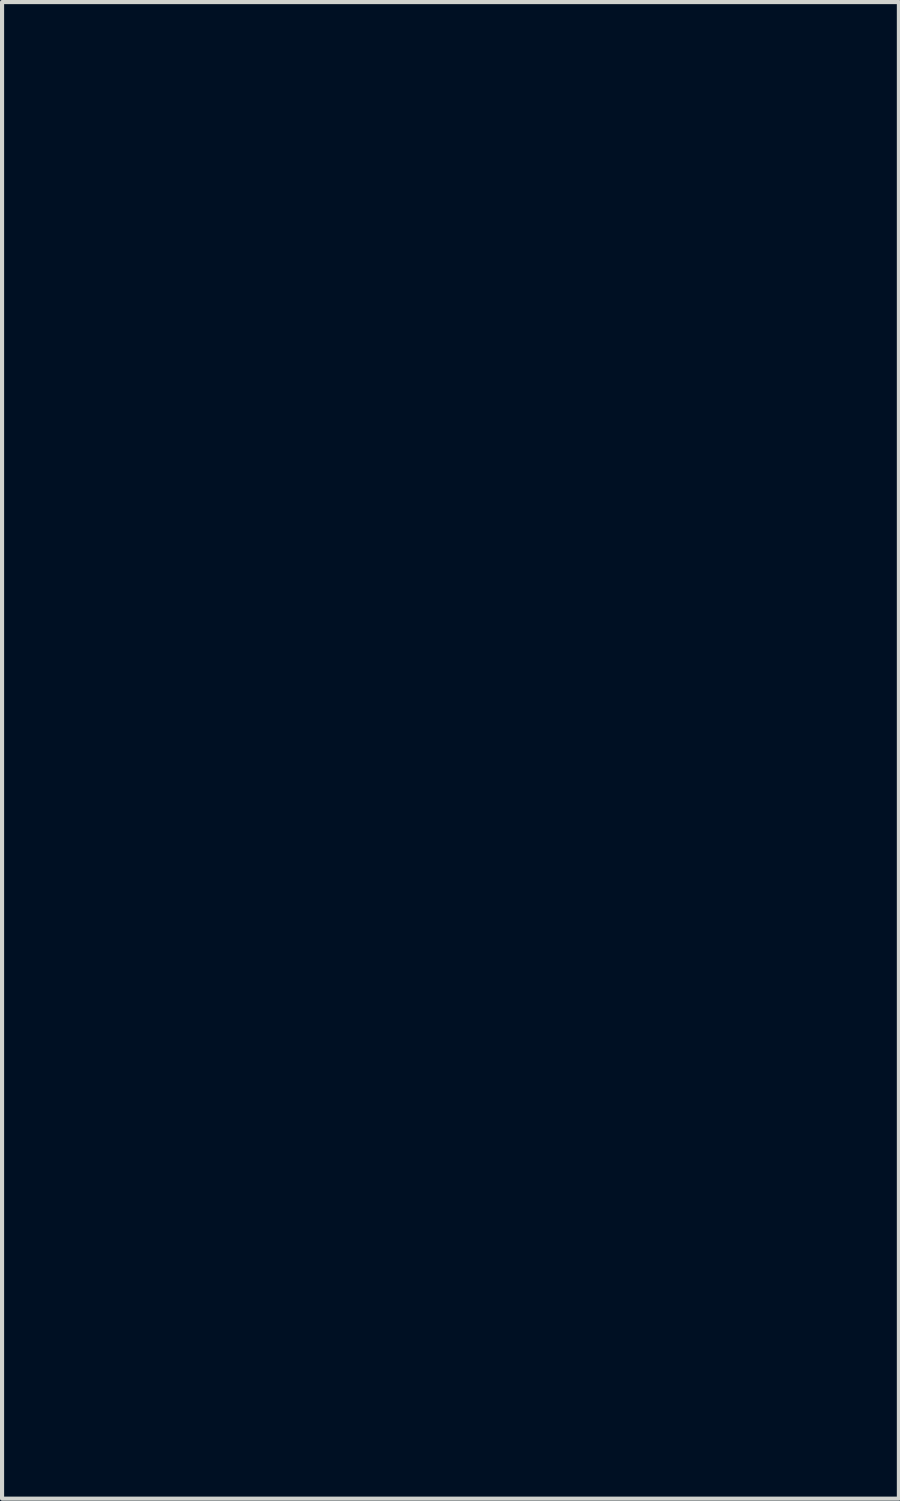
<source format=kicad_pcb>
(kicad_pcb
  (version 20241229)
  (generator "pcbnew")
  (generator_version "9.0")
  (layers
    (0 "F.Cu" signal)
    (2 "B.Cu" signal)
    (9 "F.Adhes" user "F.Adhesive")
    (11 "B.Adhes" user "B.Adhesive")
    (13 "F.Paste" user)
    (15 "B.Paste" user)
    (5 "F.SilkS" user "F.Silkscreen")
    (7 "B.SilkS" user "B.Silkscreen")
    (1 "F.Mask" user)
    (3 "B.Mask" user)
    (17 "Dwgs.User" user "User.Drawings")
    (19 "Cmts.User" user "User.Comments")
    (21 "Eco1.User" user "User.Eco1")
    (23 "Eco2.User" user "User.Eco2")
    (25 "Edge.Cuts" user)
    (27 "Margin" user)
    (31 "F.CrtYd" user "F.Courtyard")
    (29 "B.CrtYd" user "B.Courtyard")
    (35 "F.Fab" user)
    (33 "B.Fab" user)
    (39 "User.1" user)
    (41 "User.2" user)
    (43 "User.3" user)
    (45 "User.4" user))
  (footprint "hien_mask"
    (layer "F.Cu")
    (at 7.473 15.895)
    (property "Reference" "hien_mask" (at 0 0 0) (layer "F.Mask") (effects (font (size 1.524 1.524) (thickness 0.3))))
    (attr through_hole)
    (fp_poly (pts (xy 3.996 -15.883) (xy 3.989 -15.853) (xy 3.962 -15.85) (xy 3.921 -15.868) (xy 3.929 -15.883) (xy 3.989 -15.89) (xy 3.996 -15.883)) (stroke (width 0.01) (type solid)) (fill yes) (layer "F.Mask"))
    (fp_poly (pts (xy 4.149 -15.883) (xy 4.142 -15.853) (xy 4.115 -15.85) (xy 4.073 -15.868) (xy 4.081 -15.883) (xy 4.141 -15.89) (xy 4.149 -15.883)) (stroke (width 0.01) (type solid)) (fill yes) (layer "F.Mask"))
    (fp_poly (pts (xy 5.419 -15.883) (xy 5.412 -15.853) (xy 5.385 -15.85) (xy 5.343 -15.868) (xy 5.351 -15.883) (xy 5.411 -15.89) (xy 5.419 -15.883)) (stroke (width 0.01) (type solid)) (fill yes) (layer "F.Mask"))
    (fp_poly (pts (xy 7.095 -15.883) (xy 7.088 -15.853) (xy 7.061 -15.85) (xy 7.019 -15.868) (xy 7.027 -15.883) (xy 7.088 -15.89) (xy 7.095 -15.883)) (stroke (width 0.01) (type solid)) (fill yes) (layer "F.Mask"))
    (fp_poly (pts (xy 7.451 -15.883) (xy 7.444 -15.853) (xy 7.417 -15.85) (xy 7.375 -15.868) (xy 7.383 -15.883) (xy 7.443 -15.89) (xy 7.451 -15.883)) (stroke (width 0.01) (type solid)) (fill yes) (layer "F.Mask"))
    (fp_poly (pts (xy 6.172 -8.103) (xy 5.588 -8.072) (xy 5.588 -8.941) (xy 5.69 -8.941) (xy 5.69 -8.179) (xy 6.096 -8.179) (xy 6.096 -8.941) (xy 5.69 -8.941) (xy 5.588 -8.941) (xy 5.588 -9.042) (xy 6.201 -9.042) (xy 6.172 -8.103)) (stroke (width 0.01) (type solid)) (fill yes) (layer "F.Mask"))
    (fp_poly (pts (xy 8.242 -8.902) (xy 8.252 -8.799) (xy 8.255 -8.611) (xy 8.255 -8.561) (xy 8.254 -8.365) (xy 8.251 -8.216) (xy 8.246 -8.136) (xy 8.244 -8.128) (xy 8.215 -8.166) (xy 8.181 -8.226) (xy 8.144 -8.355) (xy 8.13 -8.532) (xy 8.138 -8.715) (xy 8.169 -8.861) (xy 8.191 -8.907) (xy 8.222 -8.933) (xy 8.242 -8.902)) (stroke (width 0.01) (type solid)) (fill yes) (layer "F.Mask"))
    (fp_poly (pts (xy 6.887 -15.804) (xy 6.905 -15.687) (xy 6.909 -15.596) (xy 6.909 -15.342) (xy 7.595 -15.342) (xy 7.884 -15.338) (xy 8.102 -15.328) (xy 8.237 -15.311) (xy 8.28 -15.291) (xy 8.231 -15.27) (xy 8.09 -15.254) (xy 7.865 -15.244) (xy 7.565 -15.24) (xy 7.544 -15.24) (xy 6.807 -15.24) (xy 6.807 -15.545) (xy 6.815 -15.707) (xy 6.835 -15.817) (xy 6.858 -15.85) (xy 6.887 -15.804)) (stroke (width 0.01) (type solid)) (fill yes) (layer "F.Mask"))
    (fp_poly (pts (xy -1.776 -14.068) (xy -1.625 -14.023) (xy -1.575 -13.99) (xy -1.525 -13.926) (xy -1.555 -13.881) (xy -1.575 -13.867) (xy -1.696 -13.831) (xy -1.871 -13.82) (xy -2.056 -13.834) (xy -2.209 -13.87) (xy -2.26 -13.897) (xy -2.316 -13.95) (xy -2.134 -13.95) (xy -2.121 -13.935) (xy -2.023 -13.929) (xy -1.905 -13.928) (xy -1.744 -13.929) (xy -1.674 -13.936) (xy -1.687 -13.951) (xy -1.77 -13.977) (xy -1.981 -13.998) (xy -2.075 -13.977) (xy -2.134 -13.95) (xy -2.316 -13.95) (xy -2.327 -13.96) (xy -2.312 -14.004) (xy -2.286 -14.022) (xy -2.147 -14.07) (xy -1.964 -14.084) (xy -1.776 -14.068)) (stroke (width 0.01) (type solid)) (fill yes) (layer "F.Mask"))
    (fp_poly (pts (xy 5.521 -12.313) (xy 5.584 -12.264) (xy 5.711 -12.109) (xy 5.736 -11.945) (xy 5.661 -11.778) (xy 5.606 -11.716) (xy 5.441 -11.603) (xy 5.275 -11.591) (xy 5.116 -11.679) (xy 5.059 -11.739) (xy 4.954 -11.902) (xy 4.947 -11.98) (xy 5.029 -11.98) (xy 5.073 -11.835) (xy 5.182 -11.732) (xy 5.326 -11.685) (xy 5.474 -11.707) (xy 5.559 -11.764) (xy 5.632 -11.898) (xy 5.627 -12.047) (xy 5.556 -12.181) (xy 5.434 -12.272) (xy 5.323 -12.294) (xy 5.203 -12.251) (xy 5.095 -12.146) (xy 5.033 -12.019) (xy 5.029 -11.98) (xy 4.947 -11.98) (xy 4.941 -12.045) (xy 5.023 -12.189) (xy 5.076 -12.247) (xy 5.227 -12.363) (xy 5.368 -12.384) (xy 5.521 -12.313)) (stroke (width 0.01) (type solid)) (fill yes) (layer "F.Mask"))
    (fp_poly (pts (xy 5.579 -14.653) (xy 5.637 -14.558) (xy 5.664 -14.42) (xy 5.664 -14.402) (xy 5.642 -14.26) (xy 5.586 -14.159) (xy 5.516 -14.118) (xy 5.447 -14.156) (xy 5.441 -14.166) (xy 5.391 -14.205) (xy 5.363 -14.179) (xy 5.286 -14.127) (xy 5.255 -14.122) (xy 5.21 -14.151) (xy 5.187 -14.247) (xy 5.182 -14.402) (xy 5.296 -14.402) (xy 5.3 -14.297) (xy 5.312 -14.27) (xy 5.318 -14.287) (xy 5.327 -14.402) (xy 5.55 -14.402) (xy 5.554 -14.297) (xy 5.566 -14.27) (xy 5.572 -14.287) (xy 5.582 -14.409) (xy 5.573 -14.49) (xy 5.56 -14.518) (xy 5.551 -14.457) (xy 5.55 -14.402) (xy 5.327 -14.402) (xy 5.328 -14.409) (xy 5.319 -14.49) (xy 5.306 -14.518) (xy 5.297 -14.457) (xy 5.296 -14.402) (xy 5.182 -14.402) (xy 5.189 -14.572) (xy 5.214 -14.66) (xy 5.255 -14.681) (xy 5.344 -14.647) (xy 5.363 -14.625) (xy 5.408 -14.602) (xy 5.441 -14.638) (xy 5.507 -14.685) (xy 5.579 -14.653)) (stroke (width 0.01) (type solid)) (fill yes) (layer "F.Mask"))
    (fp_poly (pts (xy 6.051 -14.642) (xy 6.092 -14.592) (xy 6.133 -14.53) (xy 6.144 -14.558) (xy 6.145 -14.592) (xy 6.18 -14.667) (xy 6.262 -14.672) (xy 6.34 -14.62) (xy 6.398 -14.507) (xy 6.401 -14.367) (xy 6.36 -14.235) (xy 6.282 -14.143) (xy 6.213 -14.122) (xy 6.156 -14.164) (xy 6.145 -14.211) (xy 6.139 -14.273) (xy 6.113 -14.246) (xy 6.092 -14.211) (xy 6.016 -14.137) (xy 5.966 -14.122) (xy 5.922 -14.15) (xy 5.899 -14.245) (xy 5.893 -14.402) (xy 6.007 -14.402) (xy 6.011 -14.297) (xy 6.023 -14.27) (xy 6.029 -14.287) (xy 6.038 -14.402) (xy 6.261 -14.402) (xy 6.265 -14.297) (xy 6.277 -14.27) (xy 6.283 -14.287) (xy 6.293 -14.409) (xy 6.284 -14.49) (xy 6.271 -14.518) (xy 6.263 -14.457) (xy 6.261 -14.402) (xy 6.038 -14.402) (xy 6.039 -14.409) (xy 6.03 -14.49) (xy 6.017 -14.518) (xy 6.009 -14.457) (xy 6.007 -14.402) (xy 5.893 -14.402) (xy 5.9 -14.572) (xy 5.925 -14.659) (xy 5.966 -14.681) (xy 6.051 -14.642)) (stroke (width 0.01) (type solid)) (fill yes) (layer "F.Mask"))
    (fp_poly (pts (xy 1.867 -15.131) (xy 2.195 -15.122) (xy 2.438 -15.112) (xy 2.611 -15.097) (xy 2.732 -15.076) (xy 2.815 -15.048) (xy 2.86 -15.023) (xy 2.976 -14.916) (xy 2.995 -14.816) (xy 2.92 -14.727) (xy 2.756 -14.652) (xy 2.506 -14.595) (xy 2.382 -14.579) (xy 2.171 -14.557) (xy 1.981 -14.543) (xy 1.787 -14.539) (xy 1.565 -14.543) (xy 1.293 -14.556) (xy 0.947 -14.578) (xy 0.889 -14.582) (xy 0.604 -14.605) (xy 0.328 -14.635) (xy 0.08 -14.669) (xy -0.12 -14.703) (xy -0.252 -14.735) (xy -0.294 -14.755) (xy -0.302 -14.823) (xy -0.29 -14.841) (xy -0.084 -14.841) (xy -0.051 -14.814) (xy 0.083 -14.781) (xy 0.3 -14.752) (xy 0.578 -14.728) (xy 0.9 -14.708) (xy 1.244 -14.695) (xy 1.592 -14.687) (xy 1.925 -14.686) (xy 2.221 -14.692) (xy 2.463 -14.706) (xy 2.63 -14.729) (xy 2.652 -14.734) (xy 2.815 -14.792) (xy 2.88 -14.848) (xy 2.85 -14.899) (xy 2.73 -14.944) (xy 2.524 -14.982) (xy 2.234 -15.01) (xy 1.981 -15.024) (xy 1.686 -15.03) (xy 1.377 -15.026) (xy 1.066 -15.014) (xy 0.768 -14.994) (xy 0.495 -14.969) (xy 0.26 -14.94) (xy 0.076 -14.908) (xy -0.043 -14.875) (xy -0.084 -14.841) (xy -0.29 -14.841) (xy -0.246 -14.908) (xy -0.149 -14.977) (xy -0.135 -14.983) (xy 0.034 -15.027) (xy 0.286 -15.065) (xy 0.603 -15.096) (xy 0.965 -15.118) (xy 1.354 -15.131) (xy 1.752 -15.133) (xy 1.867 -15.131)) (stroke (width 0.01) (type solid)) (fill yes) (layer "F.Mask"))
    (fp_poly (pts (xy -7.341 -15.809) (xy -7.334 -15.762) (xy -7.294 -15.682) (xy -7.172 -15.569) (xy -6.979 -15.431) (xy -6.728 -15.275) (xy -6.43 -15.109) (xy -6.096 -14.939) (xy -5.739 -14.772) (xy -5.595 -14.71) (xy -5.182 -14.533) (xy -5.182 -15.191) (xy -5.178 -15.473) (xy -5.167 -15.684) (xy -5.15 -15.812) (xy -5.131 -15.85) (xy -5.109 -15.801) (xy -5.093 -15.66) (xy -5.083 -15.438) (xy -5.08 -15.169) (xy -5.08 -14.488) (xy -4.623 -14.332) (xy -4.623 -15.091) (xy -4.62 -15.4) (xy -4.61 -15.636) (xy -4.595 -15.788) (xy -4.575 -15.849) (xy -4.572 -15.85) (xy -4.552 -15.8) (xy -4.536 -15.658) (xy -4.526 -15.43) (xy -4.521 -15.126) (xy -4.521 -15.062) (xy -4.518 -14.745) (xy -4.509 -14.503) (xy -4.494 -14.344) (xy -4.475 -14.277) (xy -4.47 -14.275) (xy -4.45 -14.324) (xy -4.434 -14.467) (xy -4.424 -14.694) (xy -4.42 -14.998) (xy -4.42 -15.062) (xy -4.418 -15.366) (xy -4.413 -15.582) (xy -4.404 -15.725) (xy -4.388 -15.807) (xy -4.364 -15.844) (xy -4.343 -15.85) (xy -4.314 -15.836) (xy -4.294 -15.787) (xy -4.28 -15.687) (xy -4.272 -15.525) (xy -4.268 -15.285) (xy -4.267 -15.036) (xy -4.267 -14.221) (xy -4.139 -14.173) (xy -4.026 -14.137) (xy -3.84 -14.085) (xy -3.606 -14.024) (xy -3.349 -13.96) (xy -3.095 -13.9) (xy -3.086 -13.898) (xy -2.946 -13.866) (xy -2.946 -14.333) (xy -2.84 -14.333) (xy -2.835 -14.166) (xy -2.834 -14.157) (xy -2.819 -13.844) (xy -2.543 -13.804) (xy -2.183 -13.757) (xy -1.845 -13.719) (xy -1.542 -13.693) (xy -1.287 -13.678) (xy -1.092 -13.676) (xy -0.971 -13.687) (xy -0.937 -13.711) (xy -0.938 -13.713) (xy -0.928 -13.771) (xy -0.85 -13.822) (xy -0.737 -13.851) (xy -0.626 -13.845) (xy -0.532 -13.796) (xy -0.527 -13.739) (xy -0.525 -13.714) (xy -0.487 -13.696) (xy -0.404 -13.682) (xy -0.262 -13.673) (xy -0.05 -13.668) (xy 0.243 -13.666) (xy 0.51 -13.665) (xy 0.881 -13.667) (xy 1.16 -13.671) (xy 1.358 -13.679) (xy 1.484 -13.691) (xy 1.548 -13.709) (xy 1.562 -13.729) (xy 1.599 -13.775) (xy 1.733 -13.792) (xy 1.753 -13.792) (xy 1.897 -13.778) (xy 1.944 -13.735) (xy 1.943 -13.729) (xy 1.971 -13.69) (xy 2.08 -13.67) (xy 2.235 -13.665) (xy 2.413 -13.671) (xy 2.509 -13.693) (xy 2.515 -13.702) (xy 2.712 -13.702) (xy 2.717 -13.648) (xy 2.747 -13.528) (xy 2.782 -13.414) (xy 2.869 -13.143) (xy 3.352 -13.176) (xy 3.37 -13.178) (xy 4.42 -13.178) (xy 4.466 -13.168) (xy 4.59 -13.161) (xy 4.765 -13.157) (xy 4.801 -13.157) (xy 5.182 -13.157) (xy 5.182 -13.365) (xy 5.173 -13.488) (xy 5.153 -13.551) (xy 5.144 -13.553) (xy 5.082 -13.523) (xy 4.955 -13.46) (xy 4.788 -13.379) (xy 4.763 -13.366) (xy 4.598 -13.283) (xy 4.477 -13.217) (xy 4.421 -13.18) (xy 4.42 -13.178) (xy 3.37 -13.178) (xy 3.612 -13.2) (xy 3.88 -13.235) (xy 4.107 -13.274) (xy 4.161 -13.286) (xy 4.391 -13.355) (xy 4.64 -13.453) (xy 4.794 -13.527) (xy 5.101 -13.691) (xy 3.915 -13.704) (xy 3.579 -13.707) (xy 3.278 -13.709) (xy 3.027 -13.709) (xy 2.841 -13.707) (xy 2.733 -13.704) (xy 2.712 -13.702) (xy 2.515 -13.702) (xy 2.54 -13.734) (xy 2.54 -13.74) (xy 2.559 -13.774) (xy 2.625 -13.798) (xy 2.754 -13.814) (xy 2.962 -13.825) (xy 3.097 -13.829) (xy 3.342 -13.837) (xy 3.501 -13.848) (xy 3.588 -13.865) (xy 3.617 -13.889) (xy 3.609 -13.916) (xy 3.543 -13.945) (xy 3.395 -13.97) (xy 3.182 -13.993) (xy 2.924 -14.011) (xy 2.637 -14.026) (xy 2.341 -14.036) (xy 2.054 -14.04) (xy 1.794 -14.038) (xy 1.579 -14.03) (xy 1.427 -14.014) (xy 1.358 -13.991) (xy 1.356 -13.989) (xy 1.286 -13.929) (xy 1.209 -13.929) (xy 1.169 -13.988) (xy 1.168 -13.995) (xy 1.141 -14.04) (xy 7.41 -14.04) (xy 7.477 -14.031) (xy 7.493 -14.031) (xy 7.58 -14.036) (xy 7.585 -14.046) (xy 7.722 -14.046) (xy 7.747 -14.021) (xy 7.772 -14.046) (xy 7.747 -14.072) (xy 7.722 -14.046) (xy 7.585 -14.046) (xy 7.587 -14.052) (xy 7.583 -14.054) (xy 7.482 -14.064) (xy 7.43 -14.056) (xy 7.41 -14.04) (xy 1.141 -14.04) (xy 1.127 -14.062) (xy 1.089 -14.072) (xy 1.012 -14.075) (xy 0.854 -14.085) (xy 0.635 -14.1) (xy 0.376 -14.119) (xy 0.27 -14.126) (xy -0.054 -14.148) (xy -0.287 -14.156) (xy -0.438 -14.151) (xy -0.515 -14.133) (xy -0.524 -14.126) (xy -0.612 -14.077) (xy -0.687 -14.087) (xy -0.711 -14.137) (xy -0.759 -14.167) (xy -0.887 -14.201) (xy -1.078 -14.236) (xy -1.31 -14.27) (xy -1.563 -14.301) (xy -1.818 -14.326) (xy -2.055 -14.344) (xy -2.253 -14.352) (xy -2.393 -14.348) (xy -2.453 -14.331) (xy -2.542 -14.28) (xy -2.617 -14.291) (xy -2.642 -14.345) (xy -2.684 -14.413) (xy -2.746 -14.443) (xy -2.802 -14.45) (xy -2.831 -14.42) (xy -2.84 -14.333) (xy -2.946 -14.333) (xy -2.946 -14.35) (xy -2.949 -14.558) (xy -2.956 -14.721) (xy -2.966 -14.817) (xy -2.972 -14.834) (xy -3.031 -14.81) (xy -3.1 -14.77) (xy -3.214 -14.734) (xy -3.286 -14.761) (xy -3.379 -14.849) (xy -3.375 -14.884) (xy -3.302 -14.884) (xy -3.259 -14.843) (xy -3.2 -14.834) (xy -3.118 -14.855) (xy -3.099 -14.884) (xy -3.141 -14.926) (xy -3.2 -14.935) (xy -3.283 -14.914) (xy -3.302 -14.884) (xy -3.375 -14.884) (xy -3.371 -14.93) (xy -3.281 -14.993) (xy -3.169 -15.026) (xy -3.08 -14.988) (xy -3.048 -14.961) (xy -3.001 -14.922) (xy -2.972 -14.918) (xy -2.955 -14.964) (xy -2.948 -15.076) (xy -2.946 -15.269) (xy -2.946 -15.359) (xy -2.941 -15.589) (xy -2.927 -15.755) (xy -2.906 -15.841) (xy -2.896 -15.85) (xy -2.874 -15.801) (xy -2.858 -15.661) (xy -2.848 -15.44) (xy -2.845 -15.189) (xy -2.844 -14.92) (xy -2.84 -14.735) (xy -2.83 -14.62) (xy -2.811 -14.558) (xy -2.782 -14.533) (xy -2.743 -14.529) (xy -2.66 -14.561) (xy -2.642 -14.605) (xy -2.609 -14.67) (xy -2.538 -14.675) (xy -2.472 -14.625) (xy -2.455 -14.586) (xy -2.433 -14.547) (xy -2.379 -14.515) (xy -2.278 -14.487) (xy -2.115 -14.459) (xy -1.875 -14.427) (xy -1.71 -14.408) (xy -1.367 -14.369) (xy -1.112 -14.343) (xy -0.932 -14.33) (xy -0.815 -14.331) (xy -0.747 -14.344) (xy -0.717 -14.37) (xy -0.711 -14.402) (xy -0.679 -14.466) (xy -0.608 -14.472) (xy -0.542 -14.422) (xy -0.524 -14.382) (xy -0.511 -14.348) (xy -0.485 -14.321) (xy -0.432 -14.299) (xy -0.34 -14.28) (xy -0.197 -14.262) (xy 0.009 -14.243) (xy 0.29 -14.222) (xy 0.66 -14.196) (xy 0.699 -14.193) (xy 0.92 -14.179) (xy 1.06 -14.178) (xy 1.135 -14.19) (xy 1.165 -14.217) (xy 1.168 -14.243) (xy 1.201 -14.312) (xy 1.275 -14.318) (xy 1.351 -14.259) (xy 1.364 -14.24) (xy 1.391 -14.211) (xy 1.445 -14.188) (xy 1.539 -14.17) (xy 1.686 -14.155) (xy 1.898 -14.142) (xy 2.188 -14.129) (xy 2.496 -14.118) (xy 2.865 -14.107) (xy 3.143 -14.101) (xy 3.345 -14.101) (xy 3.482 -14.107) (xy 3.567 -14.12) (xy 3.611 -14.14) (xy 3.622 -14.153) (xy 3.692 -14.214) (xy 3.769 -14.215) (xy 3.81 -14.157) (xy 3.81 -14.148) (xy 3.829 -14.109) (xy 3.899 -14.085) (xy 4.036 -14.074) (xy 4.216 -14.072) (xy 4.623 -14.072) (xy 4.623 -14.961) (xy 4.626 -15.304) (xy 4.634 -15.57) (xy 4.647 -15.751) (xy 4.665 -15.841) (xy 4.674 -15.85) (xy 4.693 -15.8) (xy 4.708 -15.656) (xy 4.719 -15.425) (xy 4.724 -15.113) (xy 4.724 -14.961) (xy 4.724 -14.072) (xy 7.262 -14.072) (xy 7.231 -14.237) (xy 7.162 -14.496) (xy 7.055 -14.686) (xy 6.984 -14.752) (xy 7.182 -14.752) (xy 7.217 -14.661) (xy 7.232 -14.627) (xy 7.293 -14.468) (xy 7.337 -14.32) (xy 7.338 -14.313) (xy 7.374 -14.217) (xy 7.448 -14.179) (xy 7.546 -14.173) (xy 7.663 -14.177) (xy 7.697 -14.206) (xy 7.667 -14.284) (xy 7.652 -14.313) (xy 7.546 -14.465) (xy 7.476 -14.533) (xy 7.673 -14.533) (xy 7.761 -14.379) (xy 7.82 -14.277) (xy 7.851 -14.226) (xy 7.852 -14.224) (xy 7.88 -14.261) (xy 7.948 -14.352) (xy 7.975 -14.389) (xy 8.04 -14.484) (xy 8.044 -14.506) (xy 7.994 -14.466) (xy 7.91 -14.408) (xy 7.835 -14.422) (xy 7.783 -14.456) (xy 7.673 -14.533) (xy 7.476 -14.533) (xy 7.377 -14.628) (xy 7.248 -14.731) (xy 7.191 -14.77) (xy 7.182 -14.752) (xy 6.984 -14.752) (xy 6.892 -14.838) (xy 6.81 -14.893) (xy 6.578 -15.037) (xy 7.255 -15.037) (xy 7.552 -14.81) (xy 7.7 -14.699) (xy 7.816 -14.618) (xy 7.878 -14.582) (xy 7.881 -14.581) (xy 7.924 -14.614) (xy 8.087 -14.614) (xy 8.087 -14.58) (xy 8.096 -14.58) (xy 8.139 -14.614) (xy 8.185 -14.668) (xy 8.229 -14.729) (xy 8.203 -14.716) (xy 8.166 -14.688) (xy 8.087 -14.614) (xy 7.924 -14.614) (xy 7.928 -14.617) (xy 8.008 -14.708) (xy 8.037 -14.745) (xy 8.136 -14.878) (xy 8.183 -14.963) (xy 8.169 -15.011) (xy 8.083 -15.032) (xy 7.912 -15.037) (xy 7.746 -15.037) (xy 7.255 -15.037) (xy 6.578 -15.037) (xy 6.553 -15.052) (xy 6.553 -15.451) (xy 6.555 -15.651) (xy 6.565 -15.77) (xy 6.589 -15.829) (xy 6.63 -15.848) (xy 6.655 -15.85) (xy 6.709 -15.84) (xy 6.74 -15.795) (xy 6.753 -15.694) (xy 6.756 -15.514) (xy 6.756 -15.506) (xy 6.761 -15.315) (xy 6.78 -15.198) (xy 6.819 -15.13) (xy 6.858 -15.099) (xy 6.937 -15.067) (xy 6.96 -15.087) (xy 7.009 -15.109) (xy 7.15 -15.126) (xy 7.373 -15.136) (xy 7.618 -15.138) (xy 8.277 -15.138) (xy 8.273 -14.847) (xy 8.26 -14.654) (xy 8.22 -14.52) (xy 8.14 -14.403) (xy 8.011 -14.249) (xy 8.145 -14.233) (xy 8.245 -14.202) (xy 8.279 -14.118) (xy 8.28 -14.074) (xy 8.28 -13.932) (xy 6.045 -13.958) (xy 5.509 -13.964) (xy 5.065 -13.969) (xy 4.705 -13.971) (xy 4.421 -13.971) (xy 4.204 -13.969) (xy 4.044 -13.964) (xy 3.934 -13.956) (xy 3.864 -13.945) (xy 3.826 -13.93) (xy 3.811 -13.912) (xy 3.81 -13.901) (xy 3.82 -13.869) (xy 3.86 -13.846) (xy 3.944 -13.831) (xy 4.088 -13.822) (xy 4.305 -13.818) (xy 4.577 -13.818) (xy 4.874 -13.816) (xy 5.083 -13.812) (xy 5.217 -13.803) (xy 5.291 -13.787) (xy 5.318 -13.764) (xy 5.316 -13.741) (xy 5.317 -13.719) (xy 5.348 -13.702) (xy 5.418 -13.689) (xy 5.537 -13.679) (xy 5.716 -13.672) (xy 5.964 -13.668) (xy 6.292 -13.666) (xy 6.71 -13.665) (xy 6.783 -13.665) (xy 7.257 -13.663) (xy 7.645 -13.658) (xy 7.945 -13.65) (xy 8.151 -13.639) (xy 8.262 -13.625) (xy 8.28 -13.614) (xy 8.23 -13.598) (xy 8.082 -13.585) (xy 7.839 -13.575) (xy 7.505 -13.568) (xy 7.083 -13.564) (xy 6.782 -13.564) (xy 5.283 -13.564) (xy 5.283 -13.157) (xy 8.255 -13.157) (xy 8.255 -12.7) (xy 8.25 -12.464) (xy 8.236 -12.318) (xy 8.21 -12.251) (xy 8.191 -12.243) (xy 8.157 -12.278) (xy 8.136 -12.389) (xy 8.128 -12.589) (xy 8.128 -12.649) (xy 8.128 -13.056) (xy 7.798 -13.056) (xy 7.615 -13.051) (xy 7.514 -13.035) (xy 7.472 -13) (xy 7.468 -12.973) (xy 7.48 -12.919) (xy 7.534 -12.946) (xy 7.547 -12.956) (xy 7.616 -12.991) (xy 7.689 -12.956) (xy 7.733 -12.914) (xy 7.803 -12.829) (xy 7.8 -12.764) (xy 7.771 -12.724) (xy 7.66 -12.663) (xy 7.577 -12.665) (xy 7.452 -12.689) (xy 7.485 -11.666) (xy 7.494 -11.319) (xy 7.503 -10.899) (xy 7.51 -10.436) (xy 7.515 -9.958) (xy 7.518 -9.494) (xy 7.518 -9.233) (xy 7.518 -7.823) (xy 7.899 -7.823) (xy 8.091 -7.817) (xy 8.225 -7.8) (xy 8.28 -7.775) (xy 8.28 -7.772) (xy 8.233 -7.747) (xy 8.105 -7.729) (xy 7.917 -7.722) (xy 7.899 -7.722) (xy 7.707 -7.715) (xy 7.574 -7.698) (xy 7.519 -7.673) (xy 7.518 -7.671) (xy 7.566 -7.645) (xy 7.694 -7.627) (xy 7.882 -7.62) (xy 7.899 -7.62) (xy 8.091 -7.614) (xy 8.225 -7.597) (xy 8.28 -7.572) (xy 8.28 -7.569) (xy 8.233 -7.544) (xy 8.105 -7.526) (xy 7.917 -7.518) (xy 7.899 -7.518) (xy 7.518 -7.518) (xy 7.518 -5.029) (xy 7.899 -5.029) (xy 8.091 -5.023) (xy 8.225 -5.006) (xy 8.28 -4.981) (xy 8.28 -4.978) (xy 8.233 -4.953) (xy 8.105 -4.935) (xy 7.917 -4.928) (xy 7.899 -4.928) (xy 7.518 -4.928) (xy 7.518 -3.962) (xy 7.899 -3.962) (xy 8.091 -3.956) (xy 8.225 -3.939) (xy 8.28 -3.914) (xy 8.28 -3.912) (xy 8.233 -3.886) (xy 8.105 -3.868) (xy 7.917 -3.861) (xy 7.899 -3.861) (xy 7.518 -3.861) (xy 7.518 -2.115) (xy 7.519 -1.693) (xy 7.522 -1.293) (xy 7.526 -0.93) (xy 7.532 -0.618) (xy 7.538 -0.37) (xy 7.545 -0.2) (xy 7.551 -0.134) (xy 7.583 0.102) (xy 7.932 0.102) (xy 8.111 0.108) (xy 8.235 0.127) (xy 8.28 0.152) (xy 8.233 0.178) (xy 8.107 0.196) (xy 7.925 0.203) (xy 7.925 0.203) (xy 7.569 0.203) (xy 7.569 3.912) (xy 7.925 3.912) (xy 8.107 3.918) (xy 8.233 3.936) (xy 8.28 3.962) (xy 8.28 3.962) (xy 8.233 3.988) (xy 8.107 4.006) (xy 7.925 4.013) (xy 7.925 4.013) (xy 7.569 4.013) (xy 7.569 7.976) (xy 7.925 7.976) (xy 8.107 7.982) (xy 8.233 8) (xy 8.28 8.026) (xy 8.28 8.026) (xy 8.233 8.052) (xy 8.107 8.07) (xy 7.925 8.077) (xy 7.925 8.077) (xy 7.569 8.077) (xy 7.569 9.36) (xy 7.571 9.757) (xy 7.575 10.162) (xy 7.581 10.55) (xy 7.589 10.898) (xy 7.598 11.181) (xy 7.603 11.29) (xy 7.636 11.938) (xy 7.958 11.938) (xy 8.127 11.945) (xy 8.243 11.965) (xy 8.28 11.989) (xy 8.23 12.005) (xy 8.082 12.019) (xy 7.841 12.029) (xy 7.509 12.036) (xy 7.09 12.039) (xy 6.887 12.04) (xy 5.494 12.04) (xy 5.46 12.307) (xy 5.468 12.618) (xy 5.569 12.945) (xy 5.764 13.295) (xy 5.786 13.327) (xy 5.948 13.564) (xy 6.441 13.565) (xy 6.791 13.581) (xy 7.06 13.631) (xy 7.263 13.722) (xy 7.416 13.858) (xy 7.477 13.943) (xy 7.595 14.127) (xy 7.938 14.112) (xy 8.142 14.109) (xy 8.256 14.123) (xy 8.276 14.151) (xy 8.2 14.193) (xy 8.103 14.211) (xy 7.951 14.223) (xy 7.87 14.224) (xy 7.711 14.235) (xy 7.628 14.265) (xy 7.62 14.282) (xy 7.657 14.312) (xy 7.775 14.319) (xy 7.95 14.306) (xy 8.132 14.296) (xy 8.249 14.307) (xy 8.289 14.336) (xy 8.244 14.377) (xy 8.2 14.396) (xy 8.089 14.416) (xy 7.907 14.424) (xy 7.682 14.423) (xy 7.445 14.414) (xy 7.224 14.396) (xy 7.05 14.372) (xy 6.985 14.356) (xy 6.553 14.173) (xy 6.171 13.92) (xy 6.094 13.846) (xy 6.278 13.846) (xy 6.296 13.876) (xy 6.325 13.899) (xy 6.49 14.011) (xy 6.684 14.108) (xy 6.928 14.199) (xy 7.245 14.293) (xy 7.353 14.322) (xy 7.364 14.284) (xy 7.366 14.244) (xy 7.358 14.224) (xy 7.468 14.224) (xy 7.486 14.266) (xy 7.501 14.258) (xy 7.508 14.198) (xy 7.501 14.19) (xy 7.471 14.197) (xy 7.468 14.224) (xy 7.358 14.224) (xy 7.332 14.162) (xy 7.246 14.047) (xy 7.245 14.046) (xy 7.417 14.046) (xy 7.442 14.072) (xy 7.468 14.046) (xy 7.442 14.021) (xy 7.417 14.046) (xy 7.245 14.046) (xy 7.193 13.99) (xy 7.101 13.904) (xy 7.02 13.852) (xy 6.919 13.827) (xy 6.767 13.819) (xy 6.622 13.819) (xy 6.425 13.822) (xy 6.316 13.829) (xy 6.278 13.846) (xy 6.094 13.846) (xy 6.064 13.818) (xy 7.268 13.818) (xy 7.28 13.844) (xy 7.309 13.881) (xy 7.383 13.96) (xy 7.416 13.96) (xy 7.417 13.951) (xy 7.382 13.908) (xy 7.328 13.862) (xy 7.268 13.818) (xy 6.064 13.818) (xy 5.927 13.687) (xy 6.254 13.687) (xy 6.287 13.693) (xy 6.404 13.697) (xy 6.528 13.698) (xy 6.7 13.696) (xy 6.799 13.691) (xy 6.813 13.684) (xy 6.771 13.679) (xy 6.579 13.671) (xy 6.367 13.675) (xy 6.313 13.679) (xy 6.254 13.687) (xy 5.927 13.687) (xy 5.847 13.609) (xy 5.591 13.253) (xy 5.412 12.862) (xy 5.318 12.45) (xy 5.31 12.137) (xy 5.309 12.022) (xy 5.301 11.819) (xy 5.285 11.543) (xy 5.263 11.207) (xy 5.236 10.826) (xy 5.204 10.414) (xy 5.177 10.084) (xy 5.136 9.592) (xy 5.092 9.065) (xy 5.048 8.528) (xy 5.012 8.09) (xy 5.131 8.09) (xy 5.135 8.142) (xy 5.147 8.283) (xy 5.165 8.503) (xy 5.189 8.79) (xy 5.218 9.132) (xy 5.25 9.518) (xy 5.283 9.906) (xy 5.319 10.328) (xy 5.351 10.721) (xy 5.38 11.073) (xy 5.403 11.372) (xy 5.421 11.606) (xy 5.432 11.761) (xy 5.436 11.824) (xy 5.438 11.865) (xy 5.455 11.895) (xy 5.5 11.915) (xy 5.588 11.928) (xy 5.733 11.935) (xy 5.949 11.937) (xy 6.25 11.938) (xy 6.307 11.938) (xy 7.179 11.938) (xy 7.146 10.986) (xy 7.134 10.594) (xy 7.124 10.145) (xy 7.117 9.682) (xy 7.113 9.25) (xy 7.112 9.055) (xy 7.112 8.077) (xy 6.121 8.077) (xy 5.817 8.078) (xy 5.55 8.08) (xy 5.337 8.082) (xy 5.192 8.086) (xy 5.132 8.089) (xy 5.131 8.09) (xy 5.012 8.09) (xy 5.005 8.008) (xy 4.967 7.529) (xy 4.934 7.118) (xy 4.925 7.01) (xy 4.88 6.444) (xy 4.841 5.972) (xy 4.809 5.587) (xy 4.782 5.281) (xy 4.759 5.047) (xy 4.741 4.878) (xy 4.725 4.767) (xy 4.713 4.705) (xy 4.705 4.688) (xy 4.651 4.661) (xy 4.544 4.637) (xy 4.375 4.617) (xy 4.138 4.598) (xy 3.826 4.582) (xy 3.432 4.567) (xy 2.948 4.554) (xy 2.527 4.544) (xy 2.063 4.533) (xy 1.691 4.524) (xy 1.4 4.515) (xy 1.181 4.505) (xy 1.024 4.494) (xy 0.918 4.482) (xy 0.855 4.466) (xy 0.823 4.447) (xy 0.813 4.425) (xy 0.813 4.421) (xy 4.216 4.421) (xy 4.255 4.469) (xy 4.335 4.479) (xy 4.401 4.449) (xy 4.411 4.43) (xy 4.412 4.42) (xy 4.529 4.42) (xy 4.537 4.492) (xy 4.555 4.483) (xy 4.559 4.42) (xy 4.724 4.42) (xy 4.74 4.531) (xy 4.8 4.57) (xy 4.826 4.572) (xy 4.9 4.548) (xy 4.927 4.459) (xy 4.928 4.42) (xy 4.912 4.308) (xy 4.852 4.269) (xy 4.826 4.267) (xy 4.752 4.291) (xy 4.725 4.38) (xy 4.724 4.42) (xy 4.559 4.42) (xy 4.562 4.379) (xy 4.555 4.356) (xy 4.536 4.35) (xy 4.529 4.42) (xy 4.412 4.42) (xy 4.413 4.353) (xy 4.406 4.338) (xy 4.344 4.334) (xy 4.261 4.369) (xy 4.217 4.418) (xy 4.216 4.421) (xy 0.813 4.421) (xy 0.813 4.419) (xy 0.82 4.395) (xy 0.829 4.388) (xy 3.035 4.388) (xy 3.049 4.394) (xy 3.151 4.397) (xy 3.33 4.4) (xy 3.429 4.4) (xy 3.643 4.399) (xy 3.784 4.396) (xy 3.844 4.391) (xy 3.814 4.385) (xy 3.774 4.382) (xy 3.543 4.375) (xy 3.28 4.376) (xy 3.114 4.382) (xy 3.035 4.388) (xy 0.829 4.388) (xy 0.847 4.375) (xy 0.904 4.359) (xy 1.003 4.346) (xy 1.153 4.335) (xy 1.364 4.325) (xy 1.647 4.316) (xy 2.012 4.307) (xy 2.426 4.298) (xy 2.837 4.288) (xy 3.231 4.275) (xy 3.591 4.261) (xy 3.902 4.245) (xy 4.148 4.228) (xy 4.314 4.212) (xy 4.355 4.206) (xy 4.672 4.147) (xy 4.664 4.089) (xy 4.775 4.089) (xy 4.819 4.151) (xy 4.902 4.166) (xy 4.978 4.174) (xy 5.015 4.216) (xy 5.028 4.318) (xy 5.029 4.42) (xy 5.023 4.574) (xy 4.999 4.65) (xy 4.948 4.673) (xy 4.938 4.674) (xy 4.914 4.678) (xy 4.896 4.699) (xy 4.884 4.745) (xy 4.88 4.828) (xy 4.882 4.958) (xy 4.893 5.144) (xy 4.911 5.398) (xy 4.938 5.729) (xy 4.973 6.147) (xy 4.987 6.312) (xy 5.02 6.708) (xy 5.051 7.071) (xy 5.078 7.388) (xy 5.101 7.647) (xy 5.117 7.836) (xy 5.126 7.943) (xy 5.128 7.963) (xy 5.177 7.967) (xy 5.312 7.97) (xy 5.518 7.973) (xy 5.779 7.975) (xy 6.08 7.976) (xy 6.121 7.976) (xy 7.112 7.976) (xy 7.112 4.013) (xy 5.944 4.013) (xy 5.565 4.014) (xy 5.276 4.017) (xy 5.066 4.022) (xy 4.922 4.032) (xy 4.833 4.045) (xy 4.788 4.064) (xy 4.775 4.088) (xy 4.775 4.089) (xy 4.664 4.089) (xy 4.647 3.966) (xy 4.64 3.896) (xy 4.625 3.73) (xy 4.603 3.474) (xy 4.574 3.133) (xy 4.538 2.713) (xy 4.496 2.219) (xy 4.449 1.655) (xy 4.396 1.029) (xy 4.339 0.345) (xy 4.337 0.318) (xy 4.47 0.318) (xy 4.473 0.405) (xy 4.485 0.577) (xy 4.502 0.819) (xy 4.525 1.115) (xy 4.551 1.451) (xy 4.58 1.812) (xy 4.61 2.183) (xy 4.64 2.548) (xy 4.669 2.894) (xy 4.696 3.204) (xy 4.719 3.465) (xy 4.738 3.66) (xy 4.75 3.776) (xy 4.754 3.797) (xy 4.777 3.912) (xy 7.112 3.912) (xy 7.112 2.293) (xy 7.111 1.886) (xy 7.108 1.501) (xy 7.104 1.153) (xy 7.098 0.856) (xy 7.091 0.626) (xy 7.083 0.476) (xy 7.08 0.439) (xy 7.047 0.203) (xy 4.47 0.203) (xy 4.47 0.318) (xy 4.337 0.318) (xy 4.278 -0.391) (xy 4.212 -1.173) (xy 4.144 -1.998) (xy 4.072 -2.858) (xy 3.999 -3.748) (xy 3.997 -3.772) (xy 4.116 -3.772) (xy 4.12 -3.702) (xy 4.132 -3.543) (xy 4.151 -3.307) (xy 4.176 -3.007) (xy 4.206 -2.655) (xy 4.239 -2.264) (xy 4.268 -1.93) (xy 4.303 -1.513) (xy 4.336 -1.123) (xy 4.365 -0.774) (xy 4.388 -0.477) (xy 4.406 -0.246) (xy 4.416 -0.094) (xy 4.419 -0.038) (xy 4.42 0.102) (xy 7.061 0.102) (xy 7.061 -3.861) (xy 5.588 -3.861) (xy 5.162 -3.86) (xy 4.826 -3.859) (xy 4.571 -3.856) (xy 4.385 -3.85) (xy 4.257 -3.841) (xy 4.178 -3.828) (xy 4.135 -3.811) (xy 4.118 -3.789) (xy 4.116 -3.772) (xy 3.997 -3.772) (xy 3.953 -4.297) (xy 4.068 -4.297) (xy 4.077 -4.231) (xy 4.095 -4.23) (xy 4.107 -4.298) (xy 4.099 -4.328) (xy 4.076 -4.347) (xy 4.068 -4.297) (xy 3.953 -4.297) (xy 3.935 -4.521) (xy 3.928 -4.599) (xy 4.06 -4.599) (xy 4.087 -4.547) (xy 4.147 -4.497) (xy 4.202 -4.414) (xy 4.227 -4.295) (xy 4.217 -4.184) (xy 4.172 -4.125) (xy 4.12 -4.065) (xy 4.115 -4.034) (xy 4.133 -4.004) (xy 4.197 -3.983) (xy 4.321 -3.97) (xy 4.521 -3.964) (xy 4.75 -3.962) (xy 5.385 -3.962) (xy 5.385 -4.674) (xy 5.486 -4.674) (xy 5.486 -3.962) (xy 7.061 -3.962) (xy 7.061 -4.674) (xy 5.486 -4.674) (xy 5.385 -4.674) (xy 4.724 -4.674) (xy 4.426 -4.67) (xy 4.221 -4.658) (xy 4.102 -4.635) (xy 4.06 -4.599) (xy 3.928 -4.599) (xy 3.871 -5.283) (xy 4.013 -5.283) (xy 4.013 -4.775) (xy 4.47 -4.775) (xy 4.47 -5.283) (xy 4.013 -5.283) (xy 3.871 -5.283) (xy 3.859 -5.432) (xy 3.786 -6.316) (xy 3.783 -6.35) (xy 3.897 -6.35) (xy 3.929 -6.007) (xy 3.946 -5.802) (xy 3.958 -5.614) (xy 3.962 -5.499) (xy 3.967 -5.401) (xy 3.998 -5.353) (xy 4.083 -5.336) (xy 4.216 -5.334) (xy 4.47 -5.334) (xy 4.47 -6.35) (xy 3.897 -6.35) (xy 3.783 -6.35) (xy 3.753 -6.706) (xy 4.013 -6.706) (xy 4.032 -6.664) (xy 4.047 -6.672) (xy 4.053 -6.732) (xy 4.047 -6.739) (xy 4.017 -6.732) (xy 4.013 -6.706) (xy 3.753 -6.706) (xy 3.717 -7.137) (xy 3.81 -7.137) (xy 3.835 -7.112) (xy 3.861 -7.137) (xy 3.835 -7.163) (xy 3.81 -7.137) (xy 3.717 -7.137) (xy 3.715 -7.169) (xy 3.687 -7.505) (xy 3.877 -7.505) (xy 3.906 -7.45) (xy 3.912 -7.442) (xy 3.972 -7.379) (xy 3.994 -7.366) (xy 4.011 -7.407) (xy 4.013 -7.442) (xy 3.972 -7.508) (xy 3.931 -7.518) (xy 3.877 -7.505) (xy 3.687 -7.505) (xy 3.676 -7.632) (xy 3.832 -7.632) (xy 3.882 -7.624) (xy 3.948 -7.633) (xy 3.949 -7.651) (xy 3.881 -7.663) (xy 3.851 -7.655) (xy 3.832 -7.632) (xy 3.676 -7.632) (xy 3.658 -7.849) (xy 3.759 -7.849) (xy 3.799 -7.791) (xy 3.926 -7.772) (xy 3.93 -7.772) (xy 4.101 -7.772) (xy 4.135 -7.277) (xy 4.158 -6.969) (xy 4.18 -6.749) (xy 4.204 -6.601) (xy 4.234 -6.512) (xy 4.273 -6.467) (xy 4.327 -6.452) (xy 4.349 -6.452) (xy 4.47 -6.452) (xy 4.47 -7.722) (xy 4.572 -7.722) (xy 4.572 -4.775) (xy 7.061 -4.775) (xy 7.061 -7.722) (xy 4.572 -7.722) (xy 4.47 -7.722) (xy 4.47 -7.925) (xy 4.115 -7.925) (xy 3.922 -7.92) (xy 3.811 -7.904) (xy 3.764 -7.872) (xy 3.759 -7.849) (xy 3.658 -7.849) (xy 3.647 -7.984) (xy 3.582 -8.756) (xy 3.521 -9.48) (xy 3.465 -10.15) (xy 3.413 -10.762) (xy 3.367 -11.31) (xy 3.326 -11.787) (xy 3.291 -12.19) (xy 3.263 -12.512) (xy 3.242 -12.748) (xy 3.228 -12.894) (xy 3.224 -12.933) (xy 3.353 -12.933) (xy 3.357 -12.861) (xy 3.369 -12.699) (xy 3.388 -12.455) (xy 3.413 -12.143) (xy 3.444 -11.771) (xy 3.479 -11.35) (xy 3.518 -10.891) (xy 3.556 -10.439) (xy 3.597 -9.959) (xy 3.635 -9.509) (xy 3.67 -9.102) (xy 3.7 -8.747) (xy 3.725 -8.453) (xy 3.744 -8.231) (xy 3.755 -8.091) (xy 3.759 -8.042) (xy 3.806 -8.034) (xy 3.928 -8.029) (xy 4.101 -8.026) (xy 4.115 -8.026) (xy 4.47 -8.026) (xy 4.47 -13.047) (xy 4.418 -13.056) (xy 4.572 -13.056) (xy 4.572 -7.823) (xy 7.077 -7.823) (xy 7.044 -9.127) (xy 7.034 -9.584) (xy 7.025 -10.103) (xy 7.018 -10.647) (xy 7.013 -11.176) (xy 7.01 -11.652) (xy 7.01 -11.743) (xy 7.01 -13.056) (xy 7.096 -13.056) (xy 7.129 -9.411) (xy 7.133 -8.937) (xy 7.138 -8.371) (xy 7.142 -7.721) (xy 7.146 -6.996) (xy 7.151 -6.205) (xy 7.156 -5.357) (xy 7.16 -4.46) (xy 7.165 -3.523) (xy 7.169 -2.555) (xy 7.174 -1.566) (xy 7.178 -0.563) (xy 7.182 0.444) (xy 7.185 1.446) (xy 7.189 2.435) (xy 7.189 2.616) (xy 7.193 3.539) (xy 7.196 4.439) (xy 7.2 5.311) (xy 7.203 6.149) (xy 7.207 6.946) (xy 7.211 7.698) (xy 7.215 8.399) (xy 7.219 9.043) (xy 7.223 9.624) (xy 7.227 10.137) (xy 7.231 10.575) (xy 7.235 10.934) (xy 7.239 11.208) (xy 7.242 11.39) (xy 7.245 11.468) (xy 7.26 11.688) (xy 7.275 11.826) (xy 7.298 11.9) (xy 7.334 11.931) (xy 7.39 11.938) (xy 7.403 11.938) (xy 7.532 11.938) (xy 7.5 10.249) (xy 7.497 10.024) (xy 7.493 9.704) (xy 7.489 9.294) (xy 7.486 8.801) (xy 7.482 8.23) (xy 7.478 7.588) (xy 7.474 6.88) (xy 7.47 6.113) (xy 7.466 5.293) (xy 7.462 4.425) (xy 7.458 3.516) (xy 7.455 2.572) (xy 7.451 1.598) (xy 7.448 0.601) (xy 7.445 -0.413) (xy 7.442 -1.372) (xy 7.439 -2.382) (xy 7.436 -3.374) (xy 7.433 -4.341) (xy 7.429 -5.277) (xy 7.426 -6.178) (xy 7.422 -7.038) (xy 7.418 -7.851) (xy 7.415 -8.612) (xy 7.411 -9.315) (xy 7.407 -9.956) (xy 7.403 -10.528) (xy 7.399 -11.026) (xy 7.396 -11.445) (xy 7.392 -11.779) (xy 7.389 -12.023) (xy 7.386 -12.171) (xy 7.385 -12.179) (xy 7.364 -12.811) (xy 7.53 -12.811) (xy 7.555 -12.763) (xy 7.614 -12.751) (xy 7.69 -12.773) (xy 7.688 -12.829) (xy 7.63 -12.887) (xy 7.56 -12.863) (xy 7.53 -12.811) (xy 7.364 -12.811) (xy 7.355 -13.056) (xy 7.096 -13.056) (xy 7.01 -13.056) (xy 4.572 -13.056) (xy 4.418 -13.056) (xy 4.265 -13.081) (xy 4.104 -13.094) (xy 3.893 -13.093) (xy 3.706 -13.081) (xy 3.52 -13.059) (xy 3.414 -13.035) (xy 3.365 -12.998) (xy 3.353 -12.941) (xy 3.353 -12.933) (xy 3.224 -12.933) (xy 3.223 -12.941) (xy 3.192 -13.014) (xy 3.121 -13.047) (xy 2.98 -13.056) (xy 2.975 -13.056) (xy 2.834 -13.062) (xy 2.762 -13.093) (xy 2.727 -13.169) (xy 2.719 -13.205) (xy 2.686 -13.354) (xy 0.187 -13.373) (xy -0.416 -13.378) (xy -0.927 -13.383) (xy -1.356 -13.389) (xy -1.712 -13.398) (xy -2.005 -13.411) (xy -2.244 -13.427) (xy -2.439 -13.449) (xy -2.599 -13.477) (xy -2.735 -13.513) (xy -2.855 -13.556) (xy -2.97 -13.609) (xy -3.089 -13.672) (xy -3.17 -13.717) (xy -3.218 -13.741) (xy -2.946 -13.741) (xy -2.921 -13.716) (xy -2.919 -13.718) (xy -2.87 -13.718) (xy -2.667 -13.638) (xy -2.508 -13.591) (xy -2.297 -13.546) (xy -2.108 -13.517) (xy -1.931 -13.496) (xy -1.8 -13.478) (xy -1.741 -13.469) (xy -1.74 -13.469) (xy -1.728 -13.503) (xy -1.728 -13.513) (xy -1.626 -13.513) (xy -1.575 -13.499) (xy -1.425 -13.487) (xy -1.178 -13.478) (xy -0.835 -13.47) (xy -0.399 -13.465) (xy 0.128 -13.462) (xy 0.511 -13.462) (xy 1.105 -13.463) (xy 1.602 -13.467) (xy 2.002 -13.473) (xy 2.302 -13.481) (xy 2.503 -13.491) (xy 2.604 -13.504) (xy 2.616 -13.513) (xy 2.557 -13.527) (xy 2.399 -13.538) (xy 2.147 -13.548) (xy 1.804 -13.555) (xy 1.372 -13.56) (xy 0.856 -13.563) (xy 0.48 -13.564) (xy -0.1 -13.562) (xy -0.589 -13.559) (xy -0.987 -13.553) (xy -1.291 -13.545) (xy -1.498 -13.534) (xy -1.608 -13.521) (xy -1.626 -13.513) (xy -1.728 -13.513) (xy -1.727 -13.531) (xy -1.766 -13.574) (xy -1.887 -13.608) (xy -2.095 -13.634) (xy -2.314 -13.655) (xy -2.522 -13.677) (xy -2.667 -13.693) (xy -2.87 -13.718) (xy -2.919 -13.718) (xy -2.896 -13.741) (xy -2.921 -13.767) (xy -2.946 -13.741) (xy -3.218 -13.741) (xy -3.361 -13.812) (xy -3.501 -13.847) (xy -3.577 -13.84) (xy -3.748 -13.848) (xy -3.846 -13.896) (xy -3.943 -13.945) (xy -4.114 -14.018) (xy -4.339 -14.105) (xy -4.593 -14.198) (xy -4.671 -14.226) (xy -5.12 -14.387) (xy -5.5 -14.534) (xy -5.837 -14.678) (xy -6.16 -14.832) (xy -6.498 -15.009) (xy -6.547 -15.036) (xy -6.875 -15.218) (xy -7.119 -15.365) (xy -7.291 -15.483) (xy -7.4 -15.581) (xy -7.455 -15.664) (xy -7.468 -15.725) (xy -7.443 -15.822) (xy -7.397 -15.85) (xy -7.341 -15.809)) (stroke (width 0.01) (type solid)) (fill yes) (layer "F.Mask")))
  (gr_rect
    (start -3 -3)
    (end 18.767 33.324)
    (stroke (width 0.1) (type default))
    (fill no)
    (layer "Edge.Cuts")))
</source>
